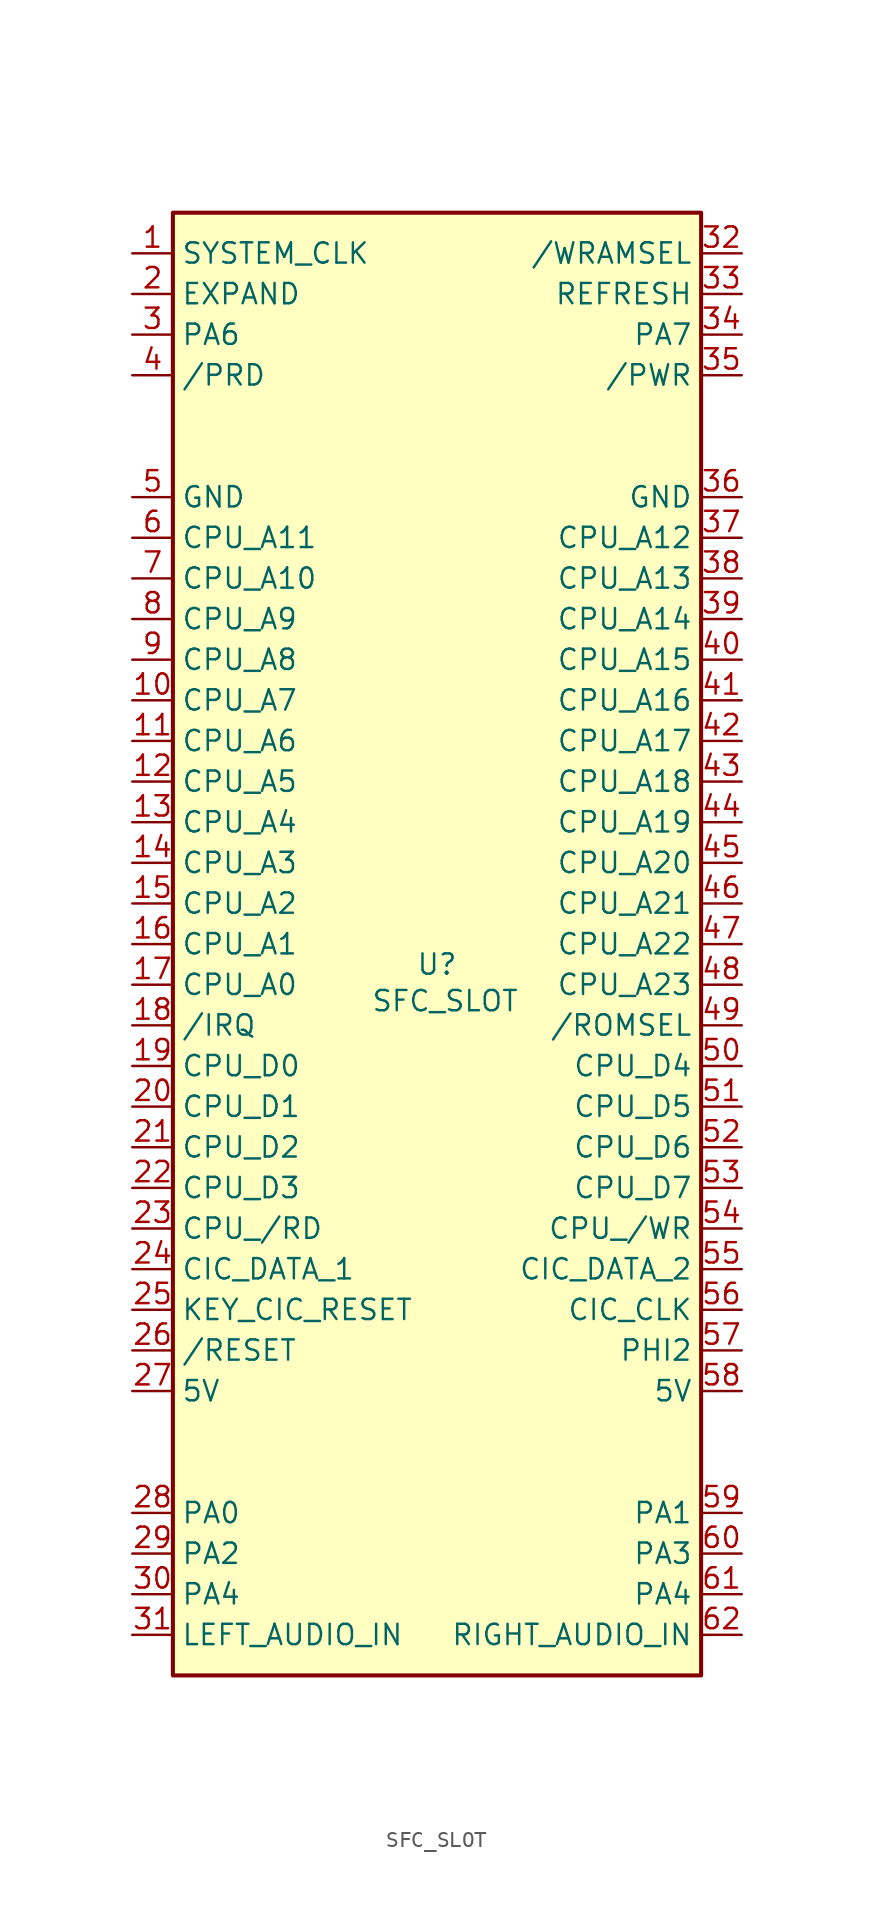
<source format=kicad_sym>
(kicad_symbol_lib
  (version 20231120)
  (generator "kicad_symbol_editor")
  (generator_version "8.0")
  (symbol "SFC_SLOT"
    (property "Reference" "U"
      (at 0 0 0)
      (effects (font (size 1.27 1.27))))
    (property "Value" "SFC_SLOT"
      (at 0.508 -2.286 0)
      (effects (font (size 1.27 1.27))))
    (symbol "SFC_SLOT_0_1"
      (rectangle (start -16.51 46.99) (end 16.51 -44.45) (stroke (width 0.254) (type default)) (fill (type background))))
    (symbol "SFC_SLOT_1_1"
      (pin input line (at -19.05 44.45 0) (length 2.54) (name "SYSTEM_CLK" (effects (font (size 1.27 1.27)))) (number "1" (effects (font (size 1.27 1.27)))))
      (pin input line (at -19.05 16.51 0) (length 2.54) (name "CPU_A7" (effects (font (size 1.27 1.27)))) (number "10" (effects (font (size 1.27 1.27)))))
      (pin input line (at -19.05 13.97 0) (length 2.54) (name "CPU_A6" (effects (font (size 1.27 1.27)))) (number "11" (effects (font (size 1.27 1.27)))))
      (pin input line (at -19.05 11.43 0) (length 2.54) (name "CPU_A5" (effects (font (size 1.27 1.27)))) (number "12" (effects (font (size 1.27 1.27)))))
      (pin input line (at -19.05 8.89 0) (length 2.54) (name "CPU_A4" (effects (font (size 1.27 1.27)))) (number "13" (effects (font (size 1.27 1.27)))))
      (pin input line (at -19.05 6.35 0) (length 2.54) (name "CPU_A3" (effects (font (size 1.27 1.27)))) (number "14" (effects (font (size 1.27 1.27)))))
      (pin input line (at -19.05 3.81 0) (length 2.54) (name "CPU_A2" (effects (font (size 1.27 1.27)))) (number "15" (effects (font (size 1.27 1.27)))))
      (pin input line (at -19.05 1.27 0) (length 2.54) (name "CPU_A1" (effects (font (size 1.27 1.27)))) (number "16" (effects (font (size 1.27 1.27)))))
      (pin input line (at -19.05 -1.27 0) (length 2.54) (name "CPU_A0" (effects (font (size 1.27 1.27)))) (number "17" (effects (font (size 1.27 1.27)))))
      (pin input line (at -19.05 -3.81 0) (length 2.54) (name "/IRQ" (effects (font (size 1.27 1.27)))) (number "18" (effects (font (size 1.27 1.27)))))
      (pin output line (at -19.05 -6.35 0) (length 2.54) (name "CPU_D0" (effects (font (size 1.27 1.27)))) (number "19" (effects (font (size 1.27 1.27)))))
      (pin bidirectional line (at -19.05 41.91 0) (length 2.54) (name "EXPAND" (effects (font (size 1.27 1.27)))) (number "2" (effects (font (size 1.27 1.27)))))
      (pin output line (at -19.05 -8.89 0) (length 2.54) (name "CPU_D1" (effects (font (size 1.27 1.27)))) (number "20" (effects (font (size 1.27 1.27)))))
      (pin output line (at -19.05 -11.43 0) (length 2.54) (name "CPU_D2" (effects (font (size 1.27 1.27)))) (number "21" (effects (font (size 1.27 1.27)))))
      (pin output line (at -19.05 -13.97 0) (length 2.54) (name "CPU_D3" (effects (font (size 1.27 1.27)))) (number "22" (effects (font (size 1.27 1.27)))))
      (pin input line (at -19.05 -16.51 0) (length 2.54) (name "CPU_/RD" (effects (font (size 1.27 1.27)))) (number "23" (effects (font (size 1.27 1.27)))))
      (pin bidirectional line (at -19.05 -19.05 0) (length 2.54) (name "CIC_DATA_1" (effects (font (size 1.27 1.27)))) (number "24" (effects (font (size 1.27 1.27)))))
      (pin input line (at -19.05 -21.59 0) (length 2.54) (name "KEY_CIC_RESET" (effects (font (size 1.27 1.27)))) (number "25" (effects (font (size 1.27 1.27)))))
      (pin input line (at -19.05 -24.13 0) (length 2.54) (name "/RESET" (effects (font (size 1.27 1.27)))) (number "26" (effects (font (size 1.27 1.27)))))
      (pin power_in line (at -19.05 -26.67 0) (length 2.54) (name "5V" (effects (font (size 1.27 1.27)))) (number "27" (effects (font (size 1.27 1.27)))))
      (pin input line (at -19.05 -34.29 0) (length 2.54) (name "PA0" (effects (font (size 1.27 1.27)))) (number "28" (effects (font (size 1.27 1.27)))))
      (pin input line (at -19.05 -36.83 0) (length 2.54) (name "PA2" (effects (font (size 1.27 1.27)))) (number "29" (effects (font (size 1.27 1.27)))))
      (pin input line (at -19.05 39.37 0) (length 2.54) (name "PA6" (effects (font (size 1.27 1.27)))) (number "3" (effects (font (size 1.27 1.27)))))
      (pin input line (at -19.05 -39.37 0) (length 2.54) (name "PA4" (effects (font (size 1.27 1.27)))) (number "30" (effects (font (size 1.27 1.27)))))
      (pin output line (at -19.05 -41.91 0) (length 2.54) (name "LEFT_AUDIO_IN" (effects (font (size 1.27 1.27)))) (number "31" (effects (font (size 1.27 1.27)))))
      (pin input line (at 19.05 44.45 180) (length 2.54) (name "/WRAMSEL" (effects (font (size 1.27 1.27)))) (number "32" (effects (font (size 1.27 1.27)))))
      (pin bidirectional line (at 19.05 41.91 180) (length 2.54) (name "REFRESH" (effects (font (size 1.27 1.27)))) (number "33" (effects (font (size 1.27 1.27)))))
      (pin input line (at 19.05 39.37 180) (length 2.54) (name "PA7" (effects (font (size 1.27 1.27)))) (number "34" (effects (font (size 1.27 1.27)))))
      (pin input line (at 19.05 36.83 180) (length 2.54) (name "/PWR" (effects (font (size 1.27 1.27)))) (number "35" (effects (font (size 1.27 1.27)))))
      (pin power_in line (at 19.05 29.21 180) (length 2.54) (name "GND" (effects (font (size 1.27 1.27)))) (number "36" (effects (font (size 1.27 1.27)))))
      (pin input line (at 19.05 26.67 180) (length 2.54) (name "CPU_A12" (effects (font (size 1.27 1.27)))) (number "37" (effects (font (size 1.27 1.27)))))
      (pin input line (at 19.05 24.13 180) (length 2.54) (name "CPU_A13" (effects (font (size 1.27 1.27)))) (number "38" (effects (font (size 1.27 1.27)))))
      (pin input line (at 19.05 21.59 180) (length 2.54) (name "CPU_A14" (effects (font (size 1.27 1.27)))) (number "39" (effects (font (size 1.27 1.27)))))
      (pin input line (at -19.05 36.83 0) (length 2.54) (name "/PRD" (effects (font (size 1.27 1.27)))) (number "4" (effects (font (size 1.27 1.27)))))
      (pin input line (at 19.05 19.05 180) (length 2.54) (name "CPU_A15" (effects (font (size 1.27 1.27)))) (number "40" (effects (font (size 1.27 1.27)))))
      (pin input line (at 19.05 16.51 180) (length 2.54) (name "CPU_A16" (effects (font (size 1.27 1.27)))) (number "41" (effects (font (size 1.27 1.27)))))
      (pin input line (at 19.05 13.97 180) (length 2.54) (name "CPU_A17" (effects (font (size 1.27 1.27)))) (number "42" (effects (font (size 1.27 1.27)))))
      (pin input line (at 19.05 11.43 180) (length 2.54) (name "CPU_A18" (effects (font (size 1.27 1.27)))) (number "43" (effects (font (size 1.27 1.27)))))
      (pin input line (at 19.05 8.89 180) (length 2.54) (name "CPU_A19" (effects (font (size 1.27 1.27)))) (number "44" (effects (font (size 1.27 1.27)))))
      (pin input line (at 19.05 6.35 180) (length 2.54) (name "CPU_A20" (effects (font (size 1.27 1.27)))) (number "45" (effects (font (size 1.27 1.27)))))
      (pin input line (at 19.05 3.81 180) (length 2.54) (name "CPU_A21" (effects (font (size 1.27 1.27)))) (number "46" (effects (font (size 1.27 1.27)))))
      (pin input line (at 19.05 1.27 180) (length 2.54) (name "CPU_A22" (effects (font (size 1.27 1.27)))) (number "47" (effects (font (size 1.27 1.27)))))
      (pin input line (at 19.05 -1.27 180) (length 2.54) (name "CPU_A23" (effects (font (size 1.27 1.27)))) (number "48" (effects (font (size 1.27 1.27)))))
      (pin input line (at 19.05 -3.81 180) (length 2.54) (name "/ROMSEL" (effects (font (size 1.27 1.27)))) (number "49" (effects (font (size 1.27 1.27)))))
      (pin power_in line (at -19.05 29.21 0) (length 2.54) (name "GND" (effects (font (size 1.27 1.27)))) (number "5" (effects (font (size 1.27 1.27)))))
      (pin output line (at 19.05 -6.35 180) (length 2.54) (name "CPU_D4" (effects (font (size 1.27 1.27)))) (number "50" (effects (font (size 1.27 1.27)))))
      (pin output line (at 19.05 -8.89 180) (length 2.54) (name "CPU_D5" (effects (font (size 1.27 1.27)))) (number "51" (effects (font (size 1.27 1.27)))))
      (pin output line (at 19.05 -11.43 180) (length 2.54) (name "CPU_D6" (effects (font (size 1.27 1.27)))) (number "52" (effects (font (size 1.27 1.27)))))
      (pin output line (at 19.05 -13.97 180) (length 2.54) (name "CPU_D7" (effects (font (size 1.27 1.27)))) (number "53" (effects (font (size 1.27 1.27)))))
      (pin input line (at 19.05 -16.51 180) (length 2.54) (name "CPU_/WR" (effects (font (size 1.27 1.27)))) (number "54" (effects (font (size 1.27 1.27)))))
      (pin bidirectional line (at 19.05 -19.05 180) (length 2.54) (name "CIC_DATA_2" (effects (font (size 1.27 1.27)))) (number "55" (effects (font (size 1.27 1.27)))))
      (pin bidirectional line (at 19.05 -21.59 180) (length 2.54) (name "CIC_CLK" (effects (font (size 1.27 1.27)))) (number "56" (effects (font (size 1.27 1.27)))))
      (pin bidirectional line (at 19.05 -24.13 180) (length 2.54) (name "PHI2" (effects (font (size 1.27 1.27)))) (number "57" (effects (font (size 1.27 1.27)))))
      (pin power_in line (at 19.05 -26.67 180) (length 2.54) (name "5V" (effects (font (size 1.27 1.27)))) (number "58" (effects (font (size 1.27 1.27)))))
      (pin input line (at 19.05 -34.29 180) (length 2.54) (name "PA1" (effects (font (size 1.27 1.27)))) (number "59" (effects (font (size 1.27 1.27)))))
      (pin input line (at -19.05 26.67 0) (length 2.54) (name "CPU_A11" (effects (font (size 1.27 1.27)))) (number "6" (effects (font (size 1.27 1.27)))))
      (pin input line (at 19.05 -36.83 180) (length 2.54) (name "PA3" (effects (font (size 1.27 1.27)))) (number "60" (effects (font (size 1.27 1.27)))))
      (pin input line (at 19.05 -39.37 180) (length 2.54) (name "PA4" (effects (font (size 1.27 1.27)))) (number "61" (effects (font (size 1.27 1.27)))))
      (pin output line (at 19.05 -41.91 180) (length 2.54) (name "RIGHT_AUDIO_IN" (effects (font (size 1.27 1.27)))) (number "62" (effects (font (size 1.27 1.27)))))
      (pin input line (at -19.05 24.13 0) (length 2.54) (name "CPU_A10" (effects (font (size 1.27 1.27)))) (number "7" (effects (font (size 1.27 1.27)))))
      (pin input line (at -19.05 21.59 0) (length 2.54) (name "CPU_A9" (effects (font (size 1.27 1.27)))) (number "8" (effects (font (size 1.27 1.27)))))
      (pin input line (at -19.05 19.05 0) (length 2.54) (name "CPU_A8" (effects (font (size 1.27 1.27)))) (number "9" (effects (font (size 1.27 1.27))))))))
</source>
